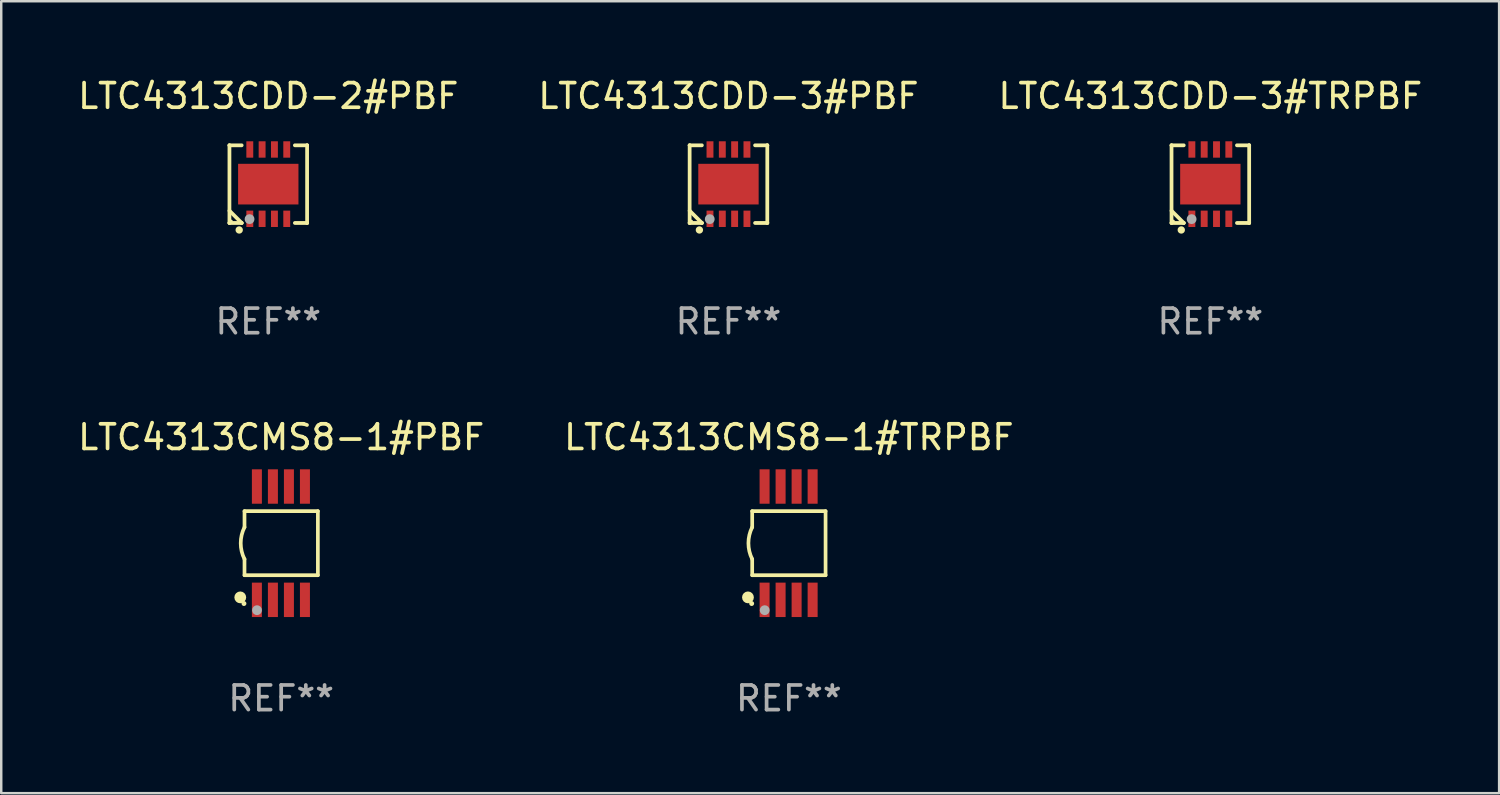
<source format=kicad_pcb>
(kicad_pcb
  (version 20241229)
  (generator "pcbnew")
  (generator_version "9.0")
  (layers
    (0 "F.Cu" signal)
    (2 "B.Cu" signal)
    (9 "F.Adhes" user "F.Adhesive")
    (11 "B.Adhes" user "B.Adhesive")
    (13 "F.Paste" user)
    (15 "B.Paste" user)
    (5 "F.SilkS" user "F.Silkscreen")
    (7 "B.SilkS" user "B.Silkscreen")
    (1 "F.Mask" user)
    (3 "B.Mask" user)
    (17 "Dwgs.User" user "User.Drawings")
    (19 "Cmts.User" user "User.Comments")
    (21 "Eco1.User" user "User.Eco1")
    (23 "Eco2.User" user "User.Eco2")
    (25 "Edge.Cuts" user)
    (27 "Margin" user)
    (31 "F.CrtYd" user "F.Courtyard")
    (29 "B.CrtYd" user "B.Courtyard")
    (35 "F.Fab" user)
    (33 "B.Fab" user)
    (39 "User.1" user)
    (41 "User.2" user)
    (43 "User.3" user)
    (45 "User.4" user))
  (footprint "LTC4313CDD-3#TRPBF"
    (layer "F.Cu")
    (at 46.077 4.424)
    (property "Reference" "LTC4313CDD-3#TRPBF" (at 0 -3.576 0) (layer "F.SilkS") (effects (font (size 1 1) (thickness 0.15))))
    (attr through_hole)
    (fp_line (start -1.576 -1.576) (end -1.576 -1.576) (stroke (width 0.152) (type solid)) (layer "F.SilkS"))
    (fp_line (start -1.576 -1.576) (end -1.08 -1.576) (stroke (width 0.152) (type solid)) (layer "F.SilkS"))
    (fp_line (start -1.576 1.576) (end -1.576 -1.576) (stroke (width 0.152) (type solid)) (layer "F.SilkS"))
    (fp_line (start -1.576 1.576) (end -1.576 1.576) (stroke (width 0.152) (type solid)) (layer "F.SilkS"))
    (fp_line (start -1.08 1.575) (end -1.576 1.079) (stroke (width 0.152) (type solid)) (layer "F.SilkS"))
    (fp_line (start -1.08 1.576) (end -1.576 1.576) (stroke (width 0.152) (type solid)) (layer "F.SilkS"))
    (fp_line (start -1.08 1.576) (end -1.08 1.575) (stroke (width 0.152) (type solid)) (layer "F.SilkS"))
    (fp_line (start 1.08 1.576) (end 1.576 1.576) (stroke (width 0.152) (type solid)) (layer "F.SilkS"))
    (fp_line (start 1.576 -1.576) (end 1.08 -1.576) (stroke (width 0.152) (type solid)) (layer "F.SilkS"))
    (fp_line (start 1.576 -1.576) (end 1.576 -1.576) (stroke (width 0.152) (type solid)) (layer "F.SilkS"))
    (fp_line (start 1.576 1.576) (end 1.576 -1.576) (stroke (width 0.152) (type solid)) (layer "F.SilkS"))
    (fp_line (start 1.576 1.576) (end 1.576 1.576) (stroke (width 0.152) (type solid)) (layer "F.SilkS"))
    (fp_circle (center -1.5 1.5) (end -1.47 1.5) (stroke (width 0.06) (type solid)) (fill no) (layer "F.SilkS"))
    (fp_circle (center -1.18 1.86) (end -1.105 1.86) (stroke (width 0.15) (type solid)) (fill no) (layer "F.SilkS"))
    (fp_circle (center -0.76 1.42) (end -0.66 1.42) (stroke (width 0.2) (type solid)) (fill no) (layer "F.Fab"))
    (fp_text user "REF**" (at 0 5.576 0) (layer "F.Fab") (effects (font (size 1 1) (thickness 0.15))))
    (pad "1" smd rect (at -0.75 1.407) (size 0.28 0.665) (layers "F.Cu" "F.Mask" "F.Paste"))
    (pad "2" smd rect (at -0.25 1.407) (size 0.28 0.665) (layers "F.Cu" "F.Mask" "F.Paste"))
    (pad "3" smd rect (at 0.25 1.407) (size 0.28 0.665) (layers "F.Cu" "F.Mask" "F.Paste"))
    (pad "4" smd rect (at 0.75 1.407) (size 0.28 0.665) (layers "F.Cu" "F.Mask" "F.Paste"))
    (pad "5" smd rect (at 0.75 -1.407) (size 0.28 0.665) (layers "F.Cu" "F.Mask" "F.Paste"))
    (pad "6" smd rect (at 0.25 -1.407) (size 0.28 0.665) (layers "F.Cu" "F.Mask" "F.Paste"))
    (pad "7" smd rect (at -0.25 -1.407) (size 0.28 0.665) (layers "F.Cu" "F.Mask" "F.Paste"))
    (pad "8" smd rect (at -0.75 -1.407) (size 0.28 0.665) (layers "F.Cu" "F.Mask" "F.Paste"))
    (pad "9" smd rect (at 0 0) (size 2.45 1.65) (layers "F.Cu" "F.Mask" "F.Paste")))
  (footprint "LTC4313CMS8-1#TRPBF"
    (layer "F.Cu")
    (at 28.97 18.997)
    (property "Reference" "LTC4313CMS8-1#TRPBF" (at 0 -4.3 0) (layer "F.SilkS") (effects (font (size 1 1) (thickness 0.15))))
    (attr through_hole)
    (fp_line (start -1.489 -1.3) (end -1.489 -0.648) (stroke (width 0.15) (type solid)) (layer "F.SilkS"))
    (fp_line (start -1.489 0.648) (end -1.489 1.3) (stroke (width 0.15) (type solid)) (layer "F.SilkS"))
    (fp_line (start -1.489 1.3) (end 1.489 1.3) (stroke (width 0.15) (type solid)) (layer "F.SilkS"))
    (fp_line (start 1.489 -1.3) (end -1.489 -1.3) (stroke (width 0.15) (type solid)) (layer "F.SilkS"))
    (fp_line (start 1.489 1.3) (end 1.489 -1.3) (stroke (width 0.15) (type solid)) (layer "F.SilkS"))
    (fp_arc (start -1.489205 0.647702) (mid -1.642107 0) (end -1.489205 -0.647701) (stroke (width 0.150013) (type solid)) (layer "F.SilkS"))
    (fp_circle (center -1.661 2.2) (end -1.541 2.2) (stroke (width 0.24) (type solid)) (fill no) (layer "F.SilkS"))
    (fp_circle (center -1.511 2.45) (end -1.461 2.45) (stroke (width 0.1) (type solid)) (fill no) (layer "F.SilkS"))
    (fp_circle (center -0.981 2.72) (end -0.881 2.72) (stroke (width 0.2) (type solid)) (fill no) (layer "F.Fab"))
    (fp_text user "REF**" (at 0 6.3 0) (layer "F.Fab") (effects (font (size 1 1) (thickness 0.15))))
    (pad "1" smd rect (at -0.986 2.3) (size 0.406 1.397) (layers "F.Cu" "F.Mask" "F.Paste"))
    (pad "2" smd rect (at -0.336 2.3) (size 0.406 1.397) (layers "F.Cu" "F.Mask" "F.Paste"))
    (pad "3" smd rect (at 0.314 2.3) (size 0.406 1.397) (layers "F.Cu" "F.Mask" "F.Paste"))
    (pad "4" smd rect (at 0.964 2.3) (size 0.406 1.397) (layers "F.Cu" "F.Mask" "F.Paste"))
    (pad "5" smd rect (at 0.964 -2.3) (size 0.406 1.397) (layers "F.Cu" "F.Mask" "F.Paste"))
    (pad "6" smd rect (at 0.314 -2.3) (size 0.406 1.397) (layers "F.Cu" "F.Mask" "F.Paste"))
    (pad "7" smd rect (at -0.336 -2.3) (size 0.406 1.397) (layers "F.Cu" "F.Mask" "F.Paste"))
    (pad "8" smd rect (at -0.986 -2.3) (size 0.406 1.397) (layers "F.Cu" "F.Mask" "F.Paste")))
  (footprint "LTC4313CDD-2#PBF"
    (layer "F.Cu")
    (at 7.839 4.424)
    (property "Reference" "LTC4313CDD-2#PBF" (at 0 -3.576 0) (layer "F.SilkS") (effects (font (size 1 1) (thickness 0.15))))
    (attr through_hole)
    (fp_line (start -1.576 -1.576) (end -1.576 -1.576) (stroke (width 0.152) (type solid)) (layer "F.SilkS"))
    (fp_line (start -1.576 -1.576) (end -1.08 -1.576) (stroke (width 0.152) (type solid)) (layer "F.SilkS"))
    (fp_line (start -1.576 1.576) (end -1.576 -1.576) (stroke (width 0.152) (type solid)) (layer "F.SilkS"))
    (fp_line (start -1.576 1.576) (end -1.576 1.576) (stroke (width 0.152) (type solid)) (layer "F.SilkS"))
    (fp_line (start -1.08 1.575) (end -1.576 1.079) (stroke (width 0.152) (type solid)) (layer "F.SilkS"))
    (fp_line (start -1.08 1.576) (end -1.576 1.576) (stroke (width 0.152) (type solid)) (layer "F.SilkS"))
    (fp_line (start -1.08 1.576) (end -1.08 1.575) (stroke (width 0.152) (type solid)) (layer "F.SilkS"))
    (fp_line (start 1.08 1.576) (end 1.576 1.576) (stroke (width 0.152) (type solid)) (layer "F.SilkS"))
    (fp_line (start 1.576 -1.576) (end 1.08 -1.576) (stroke (width 0.152) (type solid)) (layer "F.SilkS"))
    (fp_line (start 1.576 -1.576) (end 1.576 -1.576) (stroke (width 0.152) (type solid)) (layer "F.SilkS"))
    (fp_line (start 1.576 1.576) (end 1.576 -1.576) (stroke (width 0.152) (type solid)) (layer "F.SilkS"))
    (fp_line (start 1.576 1.576) (end 1.576 1.576) (stroke (width 0.152) (type solid)) (layer "F.SilkS"))
    (fp_circle (center -1.5 1.5) (end -1.47 1.5) (stroke (width 0.06) (type solid)) (fill no) (layer "F.SilkS"))
    (fp_circle (center -1.18 1.86) (end -1.105 1.86) (stroke (width 0.15) (type solid)) (fill no) (layer "F.SilkS"))
    (fp_circle (center -0.76 1.42) (end -0.66 1.42) (stroke (width 0.2) (type solid)) (fill no) (layer "F.Fab"))
    (fp_text user "REF**" (at 0 5.576 0) (layer "F.Fab") (effects (font (size 1 1) (thickness 0.15))))
    (pad "1" smd rect (at -0.75 1.407) (size 0.28 0.665) (layers "F.Cu" "F.Mask" "F.Paste"))
    (pad "2" smd rect (at -0.25 1.407) (size 0.28 0.665) (layers "F.Cu" "F.Mask" "F.Paste"))
    (pad "3" smd rect (at 0.25 1.407) (size 0.28 0.665) (layers "F.Cu" "F.Mask" "F.Paste"))
    (pad "4" smd rect (at 0.75 1.407) (size 0.28 0.665) (layers "F.Cu" "F.Mask" "F.Paste"))
    (pad "5" smd rect (at 0.75 -1.407) (size 0.28 0.665) (layers "F.Cu" "F.Mask" "F.Paste"))
    (pad "6" smd rect (at 0.25 -1.407) (size 0.28 0.665) (layers "F.Cu" "F.Mask" "F.Paste"))
    (pad "7" smd rect (at -0.25 -1.407) (size 0.28 0.665) (layers "F.Cu" "F.Mask" "F.Paste"))
    (pad "8" smd rect (at -0.75 -1.407) (size 0.28 0.665) (layers "F.Cu" "F.Mask" "F.Paste"))
    (pad "9" smd rect (at 0 0) (size 2.45 1.65) (layers "F.Cu" "F.Mask" "F.Paste")))
  (footprint "LTC4313CMS8-1#PBF"
    (layer "F.Cu")
    (at 8.363 18.997)
    (property "Reference" "LTC4313CMS8-1#PBF" (at 0 -4.3 0) (layer "F.SilkS") (effects (font (size 1 1) (thickness 0.15))))
    (attr through_hole)
    (fp_line (start -1.489 -1.3) (end -1.489 -0.648) (stroke (width 0.15) (type solid)) (layer "F.SilkS"))
    (fp_line (start -1.489 0.648) (end -1.489 1.3) (stroke (width 0.15) (type solid)) (layer "F.SilkS"))
    (fp_line (start -1.489 1.3) (end 1.489 1.3) (stroke (width 0.15) (type solid)) (layer "F.SilkS"))
    (fp_line (start 1.489 -1.3) (end -1.489 -1.3) (stroke (width 0.15) (type solid)) (layer "F.SilkS"))
    (fp_line (start 1.489 1.3) (end 1.489 -1.3) (stroke (width 0.15) (type solid)) (layer "F.SilkS"))
    (fp_arc (start -1.489205 0.647702) (mid -1.642107 0) (end -1.489205 -0.647701) (stroke (width 0.150013) (type solid)) (layer "F.SilkS"))
    (fp_circle (center -1.661 2.2) (end -1.541 2.2) (stroke (width 0.24) (type solid)) (fill no) (layer "F.SilkS"))
    (fp_circle (center -1.511 2.45) (end -1.461 2.45) (stroke (width 0.1) (type solid)) (fill no) (layer "F.SilkS"))
    (fp_circle (center -0.981 2.72) (end -0.881 2.72) (stroke (width 0.2) (type solid)) (fill no) (layer "F.Fab"))
    (fp_text user "REF**" (at 0 6.3 0) (layer "F.Fab") (effects (font (size 1 1) (thickness 0.15))))
    (pad "1" smd rect (at -0.986 2.3) (size 0.406 1.397) (layers "F.Cu" "F.Mask" "F.Paste"))
    (pad "2" smd rect (at -0.336 2.3) (size 0.406 1.397) (layers "F.Cu" "F.Mask" "F.Paste"))
    (pad "3" smd rect (at 0.314 2.3) (size 0.406 1.397) (layers "F.Cu" "F.Mask" "F.Paste"))
    (pad "4" smd rect (at 0.964 2.3) (size 0.406 1.397) (layers "F.Cu" "F.Mask" "F.Paste"))
    (pad "5" smd rect (at 0.964 -2.3) (size 0.406 1.397) (layers "F.Cu" "F.Mask" "F.Paste"))
    (pad "6" smd rect (at 0.314 -2.3) (size 0.406 1.397) (layers "F.Cu" "F.Mask" "F.Paste"))
    (pad "7" smd rect (at -0.336 -2.3) (size 0.406 1.397) (layers "F.Cu" "F.Mask" "F.Paste"))
    (pad "8" smd rect (at -0.986 -2.3) (size 0.406 1.397) (layers "F.Cu" "F.Mask" "F.Paste")))
  (footprint "LTC4313CDD-3#PBF"
    (layer "F.Cu")
    (at 26.518 4.424)
    (property "Reference" "LTC4313CDD-3#PBF" (at 0 -3.576 0) (layer "F.SilkS") (effects (font (size 1 1) (thickness 0.15))))
    (attr through_hole)
    (fp_line (start -1.576 -1.576) (end -1.576 -1.576) (stroke (width 0.152) (type solid)) (layer "F.SilkS"))
    (fp_line (start -1.576 -1.576) (end -1.08 -1.576) (stroke (width 0.152) (type solid)) (layer "F.SilkS"))
    (fp_line (start -1.576 1.576) (end -1.576 -1.576) (stroke (width 0.152) (type solid)) (layer "F.SilkS"))
    (fp_line (start -1.576 1.576) (end -1.576 1.576) (stroke (width 0.152) (type solid)) (layer "F.SilkS"))
    (fp_line (start -1.08 1.575) (end -1.576 1.079) (stroke (width 0.152) (type solid)) (layer "F.SilkS"))
    (fp_line (start -1.08 1.576) (end -1.576 1.576) (stroke (width 0.152) (type solid)) (layer "F.SilkS"))
    (fp_line (start -1.08 1.576) (end -1.08 1.575) (stroke (width 0.152) (type solid)) (layer "F.SilkS"))
    (fp_line (start 1.08 1.576) (end 1.576 1.576) (stroke (width 0.152) (type solid)) (layer "F.SilkS"))
    (fp_line (start 1.576 -1.576) (end 1.08 -1.576) (stroke (width 0.152) (type solid)) (layer "F.SilkS"))
    (fp_line (start 1.576 -1.576) (end 1.576 -1.576) (stroke (width 0.152) (type solid)) (layer "F.SilkS"))
    (fp_line (start 1.576 1.576) (end 1.576 -1.576) (stroke (width 0.152) (type solid)) (layer "F.SilkS"))
    (fp_line (start 1.576 1.576) (end 1.576 1.576) (stroke (width 0.152) (type solid)) (layer "F.SilkS"))
    (fp_circle (center -1.5 1.5) (end -1.47 1.5) (stroke (width 0.06) (type solid)) (fill no) (layer "F.SilkS"))
    (fp_circle (center -1.18 1.86) (end -1.105 1.86) (stroke (width 0.15) (type solid)) (fill no) (layer "F.SilkS"))
    (fp_circle (center -0.76 1.42) (end -0.66 1.42) (stroke (width 0.2) (type solid)) (fill no) (layer "F.Fab"))
    (fp_text user "REF**" (at 0 5.576 0) (layer "F.Fab") (effects (font (size 1 1) (thickness 0.15))))
    (pad "1" smd rect (at -0.75 1.407) (size 0.28 0.665) (layers "F.Cu" "F.Mask" "F.Paste"))
    (pad "2" smd rect (at -0.25 1.407) (size 0.28 0.665) (layers "F.Cu" "F.Mask" "F.Paste"))
    (pad "3" smd rect (at 0.25 1.407) (size 0.28 0.665) (layers "F.Cu" "F.Mask" "F.Paste"))
    (pad "4" smd rect (at 0.75 1.407) (size 0.28 0.665) (layers "F.Cu" "F.Mask" "F.Paste"))
    (pad "5" smd rect (at 0.75 -1.407) (size 0.28 0.665) (layers "F.Cu" "F.Mask" "F.Paste"))
    (pad "6" smd rect (at 0.25 -1.407) (size 0.28 0.665) (layers "F.Cu" "F.Mask" "F.Paste"))
    (pad "7" smd rect (at -0.25 -1.407) (size 0.28 0.665) (layers "F.Cu" "F.Mask" "F.Paste"))
    (pad "8" smd rect (at -0.75 -1.407) (size 0.28 0.665) (layers "F.Cu" "F.Mask" "F.Paste"))
    (pad "9" smd rect (at 0 0) (size 2.45 1.65) (layers "F.Cu" "F.Mask" "F.Paste")))
  (gr_rect
    (start -3 -3)
    (end 57.798 29.145)
    (stroke (width 0.1) (type default))
    (fill no)
    (layer "Edge.Cuts")))
</source>
